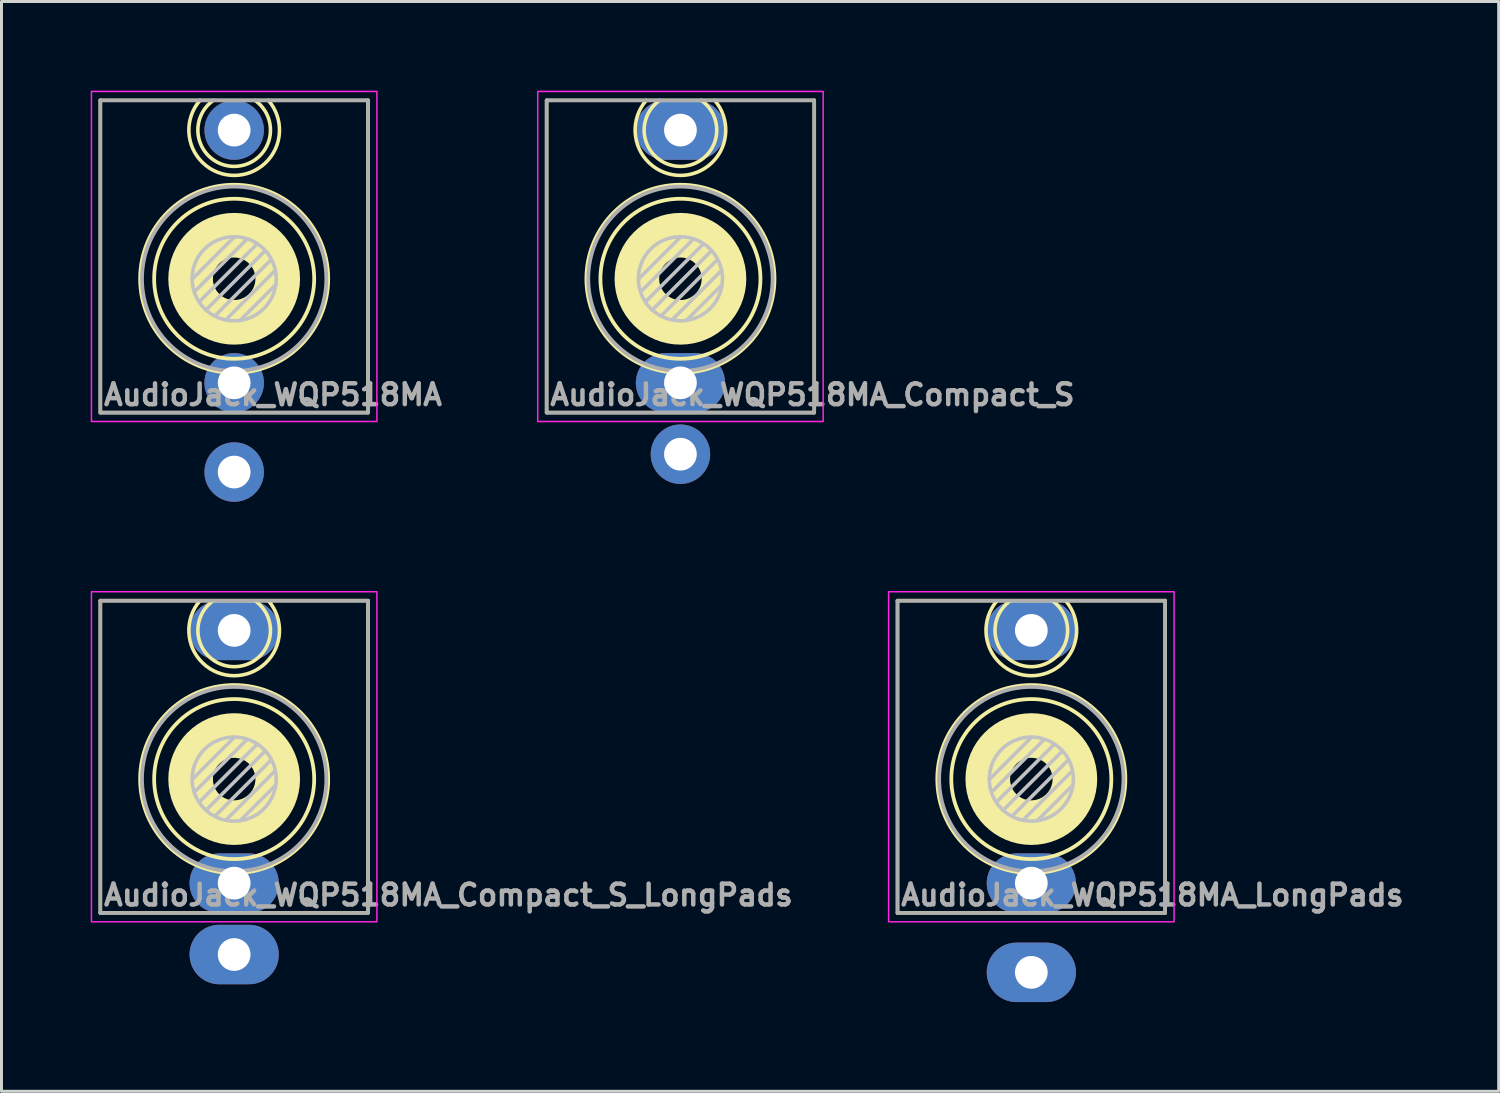
<source format=kicad_pcb>
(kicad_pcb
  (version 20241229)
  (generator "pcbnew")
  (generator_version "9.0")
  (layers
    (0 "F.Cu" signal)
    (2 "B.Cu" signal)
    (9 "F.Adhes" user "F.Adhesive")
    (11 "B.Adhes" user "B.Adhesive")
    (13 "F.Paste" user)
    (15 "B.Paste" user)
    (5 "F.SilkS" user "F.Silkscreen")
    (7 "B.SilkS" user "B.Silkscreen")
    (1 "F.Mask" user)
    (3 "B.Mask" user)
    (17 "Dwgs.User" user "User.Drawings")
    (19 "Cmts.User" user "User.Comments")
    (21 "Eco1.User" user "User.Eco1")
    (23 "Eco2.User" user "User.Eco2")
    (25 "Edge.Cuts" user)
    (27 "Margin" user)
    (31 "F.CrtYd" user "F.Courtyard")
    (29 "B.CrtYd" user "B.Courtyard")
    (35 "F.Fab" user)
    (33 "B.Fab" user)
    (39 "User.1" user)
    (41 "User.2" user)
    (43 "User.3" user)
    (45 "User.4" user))
  (footprint "AudioJack_WQP518MA_Compact_S"
    (layer "F.Cu")
    (at 19.833 6.325)
    (property "Reference" "AudioJack_WQP518MA_Compact_S" (at -4.46 3.9 0) (layer "F.Fab") (effects (font (size 0.7 0.7) (thickness 0.15)) (justify left)))
    (attr through_hole)
    (fp_line (start -4.5 -6) (end 4.5 -6) (stroke (width 0.12) (type solid)) (layer "F.SilkS"))
    (fp_line (start -4.5 4.5) (end -4.5 -6) (stroke (width 0.12) (type solid)) (layer "F.SilkS"))
    (fp_line (start 4.5 -6) (end 4.5 4.5) (stroke (width 0.12) (type solid)) (layer "F.SilkS"))
    (fp_line (start 4.5 4.5) (end -4.5 4.5) (stroke (width 0.12) (type solid)) (layer "F.SilkS"))
    (fp_arc (start 0.699999 -5.999999) (mid 0 -3.779346) (end -0.699999 -5.999999) (stroke (width 0.12) (type solid)) (layer "F.SilkS"))
    (fp_arc (start 1.149999 -5.999999) (mid 0 -3.476026) (end -1.149999 -5.999999) (stroke (width 0.12) (type solid)) (layer "F.SilkS"))
    (fp_circle (center 0 0) (end 0.715 0) (stroke (width 1.5) (type solid)) (fill no) (layer "F.SilkS"))
    (fp_circle (center 0 0) (end 2.691 0) (stroke (width 0.127) (type solid)) (fill no) (layer "F.SilkS"))
    (fp_circle (center 0 0) (end 3.162 0) (stroke (width 0.127) (type solid)) (fill no) (layer "F.SilkS"))
    (fp_line (start -1.15 0.75) (end 0.75 -1.15) (stroke (width 0.12) (type solid)) (layer "Dwgs.User"))
    (fp_line (start -0.95 1.05) (end 1 -0.9) (stroke (width 0.12) (type solid)) (layer "Dwgs.User"))
    (fp_line (start -0.65 1.25) (end 1.2 -0.6) (stroke (width 0.12) (type solid)) (layer "Dwgs.User"))
    (fp_line (start -0.25 1.35) (end 1.35 -0.25) (stroke (width 0.12) (type solid)) (layer "Dwgs.User"))
    (fp_line (start 0 -1.4) (end -1.4 0) (stroke (width 0.12) (type solid)) (layer "Dwgs.User"))
    (fp_line (start 0.2 1.4) (end 1.4 0.2) (stroke (width 0.12) (type solid)) (layer "Dwgs.User"))
    (fp_line (start 0.4 -1.3) (end -1.3 0.4) (stroke (width 0.12) (type solid)) (layer "Dwgs.User"))
    (fp_circle (center 0 0) (end 1 1) (stroke (width 0.12) (type solid)) (fill no) (layer "Dwgs.User"))
    (fp_rect (start -4.8 -6.3) (end 4.8 4.8) (stroke (width 0.05) (type solid)) (fill no) (layer "F.CrtYd"))
    (fp_line (start -4.5 -6) (end 4.5 -6) (stroke (width 0.12) (type solid)) (layer "F.Fab"))
    (fp_line (start -4.5 4.5) (end -4.5 -6) (stroke (width 0.12) (type solid)) (layer "F.Fab"))
    (fp_line (start 4.5 -6) (end 4.5 4.5) (stroke (width 0.12) (type solid)) (layer "F.Fab"))
    (fp_line (start 4.5 4.5) (end -4.5 4.5) (stroke (width 0.12) (type solid)) (layer "F.Fab"))
    (fp_circle (center 0 0) (end 3.1 0) (stroke (width 0.127) (type solid)) (fill no) (layer "F.Fab"))
    (pad "S" thru_hole circle (at 0 5.9) (size 2 2) (drill 1.1) (layers "*.Cu" "*.Mask"))
    (pad "T" thru_hole oval (at 0 -5) (size 3 2) (drill 1.1) (layers "*.Cu" "*.Mask"))
    (pad "TN" thru_hole oval (at 0 3.5) (size 3 2) (drill 1.1) (layers "*.Cu" "*.Mask"))
    (zone (net_name "") (layer "F.Cu") (hatch edge 0.508) (connect_pads) (min_thickness 0.254) (filled_areas_thickness no) (keepout (tracks not_allowed) (vias not_allowed) (pads not_allowed) (copperpour not_allowed) (footprints not_allowed)) (placement (enabled no)) (fill) (polygon (pts (xy 20.733 5.125) (xy 21.233 5.725) (xy 21.333 6.325) (xy 21.233 6.925) (xy 20.733 7.525) (xy 19.833 7.825) (xy 18.933 7.525) (xy 18.433 6.925) (xy 18.333 6.325) (xy 18.433 5.725) (xy 18.933 5.125) (xy 19.833 4.825)))))
  (footprint "AudioJack_WQP518MA_Compact_S_LongPads"
    (layer "F.Cu")
    (at 4.825 23.15)
    (property "Reference" "AudioJack_WQP518MA_Compact_S_LongPads" (at -4.46 3.9 0) (layer "F.Fab") (effects (font (size 0.7 0.7) (thickness 0.15)) (justify left)))
    (attr through_hole)
    (fp_line (start -4.5 -6) (end 4.5 -6) (stroke (width 0.12) (type solid)) (layer "F.SilkS"))
    (fp_line (start -4.5 4.5) (end -4.5 -6) (stroke (width 0.12) (type solid)) (layer "F.SilkS"))
    (fp_line (start 4.5 -6) (end 4.5 4.5) (stroke (width 0.12) (type solid)) (layer "F.SilkS"))
    (fp_line (start 4.5 4.5) (end -4.5 4.5) (stroke (width 0.12) (type solid)) (layer "F.SilkS"))
    (fp_arc (start 0.699999 -5.999999) (mid 0 -3.779346) (end -0.699999 -5.999999) (stroke (width 0.12) (type solid)) (layer "F.SilkS"))
    (fp_arc (start 1.149999 -5.999999) (mid 0 -3.476026) (end -1.149999 -5.999999) (stroke (width 0.12) (type solid)) (layer "F.SilkS"))
    (fp_circle (center 0 0) (end 0.715 0) (stroke (width 1.5) (type solid)) (fill no) (layer "F.SilkS"))
    (fp_circle (center 0 0) (end 2.691 0) (stroke (width 0.127) (type solid)) (fill no) (layer "F.SilkS"))
    (fp_circle (center 0 0) (end 3.162 0) (stroke (width 0.127) (type solid)) (fill no) (layer "F.SilkS"))
    (fp_line (start -1.15 0.75) (end 0.75 -1.15) (stroke (width 0.12) (type solid)) (layer "Dwgs.User"))
    (fp_line (start -0.95 1.05) (end 1 -0.9) (stroke (width 0.12) (type solid)) (layer "Dwgs.User"))
    (fp_line (start -0.65 1.25) (end 1.2 -0.6) (stroke (width 0.12) (type solid)) (layer "Dwgs.User"))
    (fp_line (start -0.25 1.35) (end 1.35 -0.25) (stroke (width 0.12) (type solid)) (layer "Dwgs.User"))
    (fp_line (start 0 -1.4) (end -1.4 0) (stroke (width 0.12) (type solid)) (layer "Dwgs.User"))
    (fp_line (start 0.2 1.4) (end 1.4 0.2) (stroke (width 0.12) (type solid)) (layer "Dwgs.User"))
    (fp_line (start 0.4 -1.3) (end -1.3 0.4) (stroke (width 0.12) (type solid)) (layer "Dwgs.User"))
    (fp_circle (center 0 0) (end 1 1) (stroke (width 0.12) (type solid)) (fill no) (layer "Dwgs.User"))
    (fp_rect (start -4.8 -6.3) (end 4.8 4.8) (stroke (width 0.05) (type solid)) (fill no) (layer "F.CrtYd"))
    (fp_line (start -4.5 -6) (end 4.5 -6) (stroke (width 0.12) (type solid)) (layer "F.Fab"))
    (fp_line (start -4.5 4.5) (end -4.5 -6) (stroke (width 0.12) (type solid)) (layer "F.Fab"))
    (fp_line (start 4.5 -6) (end 4.5 4.5) (stroke (width 0.12) (type solid)) (layer "F.Fab"))
    (fp_line (start 4.5 4.5) (end -4.5 4.5) (stroke (width 0.12) (type solid)) (layer "F.Fab"))
    (fp_circle (center 0 0) (end 3.1 0) (stroke (width 0.127) (type solid)) (fill no) (layer "F.Fab"))
    (pad "S" thru_hole oval (at 0 5.9) (size 3 2) (drill 1.1) (layers "*.Cu" "*.Mask"))
    (pad "T" thru_hole oval (at 0 -5) (size 3 2) (drill 1.1) (layers "*.Cu" "*.Mask"))
    (pad "TN" thru_hole oval (at 0 3.5) (size 3 2) (drill 1.1) (layers "*.Cu" "*.Mask"))
    (zone (net_name "") (layer "F.Cu") (hatch edge 0.508) (connect_pads) (min_thickness 0.254) (filled_areas_thickness no) (keepout (tracks not_allowed) (vias not_allowed) (pads not_allowed) (copperpour not_allowed) (footprints not_allowed)) (placement (enabled no)) (fill) (polygon (pts (xy 5.725 21.95) (xy 6.225 22.55) (xy 6.325 23.15) (xy 6.225 23.75) (xy 5.725 24.35) (xy 4.825 24.65) (xy 3.925 24.35) (xy 3.425 23.75) (xy 3.325 23.15) (xy 3.425 22.55) (xy 3.925 21.95) (xy 4.825 21.65)))))
  (footprint "AudioJack_WQP518MA_LongPads"
    (layer "F.Cu")
    (at 31.633 23.15)
    (property "Reference" "AudioJack_WQP518MA_LongPads" (at -4.46 3.9 0) (layer "F.Fab") (effects (font (size 0.7 0.7) (thickness 0.15)) (justify left)))
    (attr through_hole)
    (fp_line (start -4.5 -6) (end 4.5 -6) (stroke (width 0.12) (type solid)) (layer "F.SilkS"))
    (fp_line (start -4.5 4.5) (end -4.5 -6) (stroke (width 0.12) (type solid)) (layer "F.SilkS"))
    (fp_line (start 4.5 -6) (end 4.5 4.5) (stroke (width 0.12) (type solid)) (layer "F.SilkS"))
    (fp_line (start 4.5 4.5) (end -4.5 4.5) (stroke (width 0.12) (type solid)) (layer "F.SilkS"))
    (fp_arc (start 0.699999 -5.999999) (mid 0 -3.779346) (end -0.699999 -5.999999) (stroke (width 0.12) (type solid)) (layer "F.SilkS"))
    (fp_arc (start 1.149999 -5.999999) (mid 0 -3.476026) (end -1.149999 -5.999999) (stroke (width 0.12) (type solid)) (layer "F.SilkS"))
    (fp_circle (center 0 0) (end 0.715 0) (stroke (width 1.5) (type solid)) (fill no) (layer "F.SilkS"))
    (fp_circle (center 0 0) (end 2.691 0) (stroke (width 0.127) (type solid)) (fill no) (layer "F.SilkS"))
    (fp_circle (center 0 0) (end 3.162 0) (stroke (width 0.127) (type solid)) (fill no) (layer "F.SilkS"))
    (fp_line (start -1.15 0.75) (end 0.75 -1.15) (stroke (width 0.12) (type solid)) (layer "Dwgs.User"))
    (fp_line (start -0.95 1.05) (end 1 -0.9) (stroke (width 0.12) (type solid)) (layer "Dwgs.User"))
    (fp_line (start -0.65 1.25) (end 1.2 -0.6) (stroke (width 0.12) (type solid)) (layer "Dwgs.User"))
    (fp_line (start -0.25 1.35) (end 1.35 -0.25) (stroke (width 0.12) (type solid)) (layer "Dwgs.User"))
    (fp_line (start 0 -1.4) (end -1.4 0) (stroke (width 0.12) (type solid)) (layer "Dwgs.User"))
    (fp_line (start 0.2 1.4) (end 1.4 0.2) (stroke (width 0.12) (type solid)) (layer "Dwgs.User"))
    (fp_line (start 0.4 -1.3) (end -1.3 0.4) (stroke (width 0.12) (type solid)) (layer "Dwgs.User"))
    (fp_circle (center 0 0) (end 1 1) (stroke (width 0.12) (type solid)) (fill no) (layer "Dwgs.User"))
    (fp_rect (start -4.8 -6.3) (end 4.8 4.8) (stroke (width 0.05) (type solid)) (fill no) (layer "F.CrtYd"))
    (fp_line (start -4.5 -6) (end 4.5 -6) (stroke (width 0.12) (type solid)) (layer "F.Fab"))
    (fp_line (start -4.5 4.5) (end -4.5 -6) (stroke (width 0.12) (type solid)) (layer "F.Fab"))
    (fp_line (start 4.5 -6) (end 4.5 4.5) (stroke (width 0.12) (type solid)) (layer "F.Fab"))
    (fp_line (start 4.5 4.5) (end -4.5 4.5) (stroke (width 0.12) (type solid)) (layer "F.Fab"))
    (fp_circle (center 0 0) (end 3.1 0) (stroke (width 0.127) (type solid)) (fill no) (layer "F.Fab"))
    (pad "S" thru_hole oval (at 0 6.5) (size 3 2) (drill 1.1) (layers "*.Cu" "*.Mask"))
    (pad "T" thru_hole oval (at 0 -5) (size 3 2) (drill 1.1) (layers "*.Cu" "*.Mask"))
    (pad "TN" thru_hole oval (at 0 3.5) (size 3 2) (drill 1.1) (layers "*.Cu" "*.Mask"))
    (zone (net_name "") (layer "F.Cu") (hatch edge 0.508) (connect_pads) (min_thickness 0.254) (filled_areas_thickness no) (keepout (tracks not_allowed) (vias not_allowed) (pads not_allowed) (copperpour not_allowed) (footprints not_allowed)) (placement (enabled no)) (fill) (polygon (pts (xy 32.533 21.95) (xy 33.033 22.55) (xy 33.133 23.15) (xy 33.033 23.75) (xy 32.533 24.35) (xy 31.633 24.65) (xy 30.733 24.35) (xy 30.233 23.75) (xy 30.133 23.15) (xy 30.233 22.55) (xy 30.733 21.95) (xy 31.633 21.65)))))
  (footprint "AudioJack_WQP518MA"
    (layer "F.Cu")
    (at 4.825 6.325)
    (property "Reference" "AudioJack_WQP518MA" (at -4.46 3.9 0) (layer "F.Fab") (effects (font (size 0.7 0.7) (thickness 0.15)) (justify left)))
    (attr through_hole)
    (fp_line (start -4.5 -6) (end 4.5 -6) (stroke (width 0.12) (type solid)) (layer "F.SilkS"))
    (fp_line (start -4.5 4.5) (end -4.5 -6) (stroke (width 0.12) (type solid)) (layer "F.SilkS"))
    (fp_line (start 4.5 -6) (end 4.5 4.5) (stroke (width 0.12) (type solid)) (layer "F.SilkS"))
    (fp_line (start 4.5 4.5) (end -4.5 4.5) (stroke (width 0.12) (type solid)) (layer "F.SilkS"))
    (fp_arc (start 0.699999 -5.999999) (mid 0 -3.779346) (end -0.699999 -5.999999) (stroke (width 0.12) (type solid)) (layer "F.SilkS"))
    (fp_arc (start 1.149999 -5.999999) (mid 0 -3.476026) (end -1.149999 -5.999999) (stroke (width 0.12) (type solid)) (layer "F.SilkS"))
    (fp_circle (center 0 0) (end 0.715 0) (stroke (width 1.5) (type solid)) (fill no) (layer "F.SilkS"))
    (fp_circle (center 0 0) (end 2.691 0) (stroke (width 0.127) (type solid)) (fill no) (layer "F.SilkS"))
    (fp_circle (center 0 0) (end 3.162 0) (stroke (width 0.127) (type solid)) (fill no) (layer "F.SilkS"))
    (fp_line (start -1.15 0.75) (end 0.75 -1.15) (stroke (width 0.12) (type solid)) (layer "Dwgs.User"))
    (fp_line (start -0.95 1.05) (end 1 -0.9) (stroke (width 0.12) (type solid)) (layer "Dwgs.User"))
    (fp_line (start -0.65 1.25) (end 1.2 -0.6) (stroke (width 0.12) (type solid)) (layer "Dwgs.User"))
    (fp_line (start -0.25 1.35) (end 1.35 -0.25) (stroke (width 0.12) (type solid)) (layer "Dwgs.User"))
    (fp_line (start 0 -1.4) (end -1.4 0) (stroke (width 0.12) (type solid)) (layer "Dwgs.User"))
    (fp_line (start 0.2 1.4) (end 1.4 0.2) (stroke (width 0.12) (type solid)) (layer "Dwgs.User"))
    (fp_line (start 0.4 -1.3) (end -1.3 0.4) (stroke (width 0.12) (type solid)) (layer "Dwgs.User"))
    (fp_circle (center 0 0) (end 1 1) (stroke (width 0.12) (type solid)) (fill no) (layer "Dwgs.User"))
    (fp_rect (start -4.8 -6.3) (end 4.8 4.8) (stroke (width 0.05) (type solid)) (fill no) (layer "F.CrtYd"))
    (fp_line (start -4.5 -6) (end 4.5 -6) (stroke (width 0.12) (type solid)) (layer "F.Fab"))
    (fp_line (start -4.5 4.5) (end -4.5 -6) (stroke (width 0.12) (type solid)) (layer "F.Fab"))
    (fp_line (start 4.5 -6) (end 4.5 4.5) (stroke (width 0.12) (type solid)) (layer "F.Fab"))
    (fp_line (start 4.5 4.5) (end -4.5 4.5) (stroke (width 0.12) (type solid)) (layer "F.Fab"))
    (fp_circle (center 0 0) (end 3.1 0) (stroke (width 0.127) (type solid)) (fill no) (layer "F.Fab"))
    (pad "S" thru_hole circle (at 0 6.5) (size 2 2) (drill 1.1) (layers "*.Cu" "*.Mask"))
    (pad "T" thru_hole circle (at 0 -5) (size 2 2) (drill 1.1) (layers "*.Cu" "*.Mask"))
    (pad "TN" thru_hole circle (at 0 3.5) (size 2 2) (drill 1.1) (layers "*.Cu" "*.Mask"))
    (zone (net_name "") (layer "F.Cu") (hatch edge 0.508) (connect_pads) (min_thickness 0.254) (filled_areas_thickness no) (keepout (tracks not_allowed) (vias not_allowed) (pads not_allowed) (copperpour not_allowed) (footprints not_allowed)) (placement (enabled no)) (fill) (polygon (pts (xy 5.725 5.125) (xy 6.225 5.725) (xy 6.325 6.325) (xy 6.225 6.925) (xy 5.725 7.525) (xy 4.825 7.825) (xy 3.925 7.525) (xy 3.425 6.925) (xy 3.325 6.325) (xy 3.425 5.725) (xy 3.925 5.125) (xy 4.825 4.825)))))
  (gr_rect
    (start -3 -3)
    (end 47.35 33.65)
    (stroke (width 0.1) (type default))
    (fill no)
    (layer "Edge.Cuts")))
</source>
